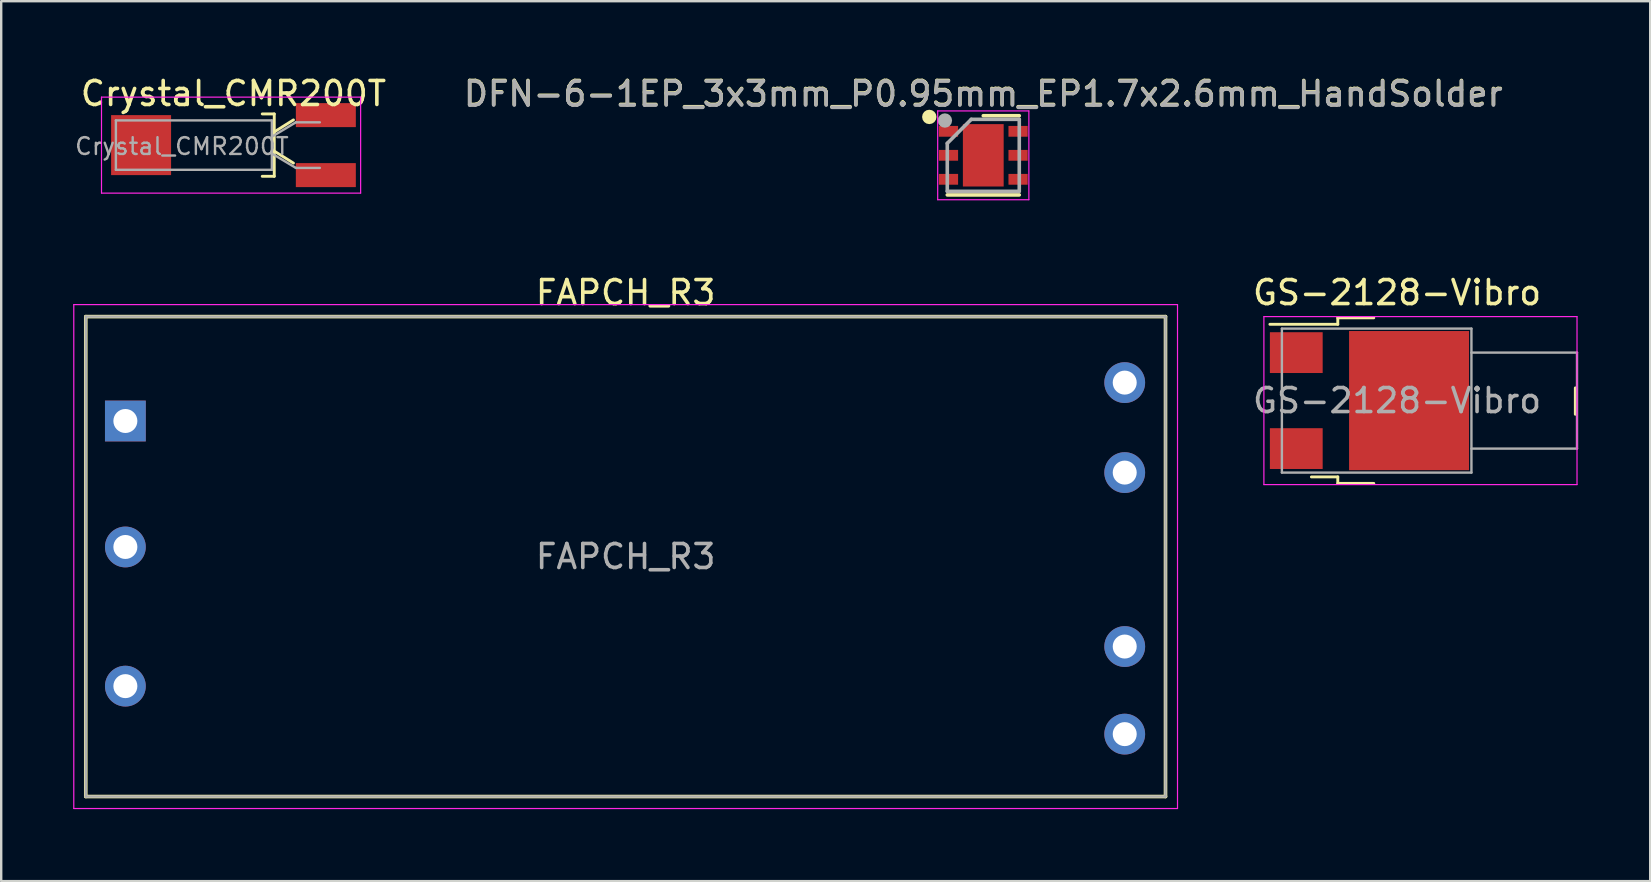
<source format=kicad_pcb>
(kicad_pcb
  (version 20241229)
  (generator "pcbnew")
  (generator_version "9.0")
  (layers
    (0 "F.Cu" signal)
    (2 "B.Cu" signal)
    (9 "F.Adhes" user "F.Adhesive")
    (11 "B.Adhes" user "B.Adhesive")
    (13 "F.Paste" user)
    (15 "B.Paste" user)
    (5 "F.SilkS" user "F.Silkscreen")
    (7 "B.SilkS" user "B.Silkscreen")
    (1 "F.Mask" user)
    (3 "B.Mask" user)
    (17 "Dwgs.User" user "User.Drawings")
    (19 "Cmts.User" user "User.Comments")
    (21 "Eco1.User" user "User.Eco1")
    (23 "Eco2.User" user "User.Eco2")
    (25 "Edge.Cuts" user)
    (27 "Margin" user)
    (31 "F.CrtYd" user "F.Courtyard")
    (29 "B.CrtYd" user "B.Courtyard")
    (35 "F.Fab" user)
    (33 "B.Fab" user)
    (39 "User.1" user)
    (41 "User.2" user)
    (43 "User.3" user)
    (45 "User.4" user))
  (footprint "FAPCH_R3"
    (layer "F.Cu")
    (at 23.025 20.146)
    (property "Reference" "FAPCH_R3" (at 0 -11 0) (layer "F.SilkS") (effects (font (size 1 1) (thickness 0.15))))
    (attr through_hole)
    (fp_line (start -22.5 -10) (end 22.5 -10) (stroke (width 0.15) (type solid)) (layer "F.SilkS"))
    (fp_line (start -22.5 10) (end -22.5 -10) (stroke (width 0.15) (type solid)) (layer "F.SilkS"))
    (fp_line (start -22.5 10) (end 22.5 10) (stroke (width 0.15) (type solid)) (layer "F.SilkS"))
    (fp_line (start 22.5 10) (end 22.5 -10) (stroke (width 0.15) (type solid)) (layer "F.SilkS"))
    (fp_line (start -23 -10.5) (end 23 -10.5) (stroke (width 0.05) (type solid)) (layer "F.CrtYd"))
    (fp_line (start -23 10.5) (end -23 -10.5) (stroke (width 0.05) (type solid)) (layer "F.CrtYd"))
    (fp_line (start 23 -10.5) (end 23 10.5) (stroke (width 0.05) (type solid)) (layer "F.CrtYd"))
    (fp_line (start 23 10.5) (end -23 10.5) (stroke (width 0.05) (type solid)) (layer "F.CrtYd"))
    (fp_line (start -22.5 -10) (end -22.5 10) (stroke (width 0.1) (type solid)) (layer "F.Fab"))
    (fp_line (start -22.5 10) (end 22.5 10) (stroke (width 0.1) (type solid)) (layer "F.Fab"))
    (fp_line (start 22.5 -10) (end -22.5 -10) (stroke (width 0.1) (type solid)) (layer "F.Fab"))
    (fp_line (start 22.5 10) (end 22.5 -10) (stroke (width 0.1) (type solid)) (layer "F.Fab"))
    (fp_text user "${REFERENCE}" (at 0 0 0) (layer "F.Fab") (effects (font (size 1 1) (thickness 0.15))))
    (pad "1" thru_hole rect (at -20.85 -5.65 180) (size 1.7 1.7) (drill 1) (layers "*.Cu" "*.Mask"))
    (pad "2" thru_hole circle (at -20.85 -0.4 180) (size 1.7 1.7) (drill 1) (layers "*.Cu" "*.Mask"))
    (pad "3" thru_hole circle (at -20.85 5.4) (size 1.7 1.7) (drill 1) (layers "*.Cu" "*.Mask"))
    (pad "4" thru_hole circle (at 20.8 7.4) (size 1.7 1.7) (drill 1) (layers "*.Cu" "*.Mask"))
    (pad "5" thru_hole circle (at 20.8 3.75 180) (size 1.7 1.7) (drill 1) (layers "*.Cu" "*.Mask"))
    (pad "6" thru_hole circle (at 20.8 -3.5 180) (size 1.7 1.7) (drill 1) (layers "*.Cu" "*.Mask"))
    (pad "7" thru_hole circle (at 20.8 -7.25) (size 1.7 1.7) (drill 1) (layers "*.Cu" "*.Mask")))
  (footprint "DFN-6-1EP_3x3mm_P0.95mm_EP1.7x2.6mm_HandSolder"
    (layer "F.Cu")
    (at 37.93 3.423)
    (property "Reference" "DFN-6-1EP_3x3mm_P0.95mm_EP1.7x2.6mm_HandSolder" (at 0 -2.575 0) (layer "F.SilkS") (effects (font (size 1 1) (thickness 0.15))))
    (attr smd)
    (fp_line (start -1.5 1.65) (end 1.5 1.65) (stroke (width 0.15) (type solid)) (layer "F.SilkS"))
    (fp_line (start 0 -1.65) (end 1.5 -1.65) (stroke (width 0.15) (type solid)) (layer "F.SilkS"))
    (fp_circle (center -2.25 -1.6) (end -2.1 -1.6) (stroke (width 0.3) (type solid)) (fill no) (layer "F.SilkS"))
    (fp_line (start -1.9 -1.85) (end -1.9 1.85) (stroke (width 0.05) (type solid)) (layer "F.CrtYd"))
    (fp_line (start -1.9 -1.85) (end 1.9 -1.85) (stroke (width 0.05) (type solid)) (layer "F.CrtYd"))
    (fp_line (start -1.9 1.85) (end 1.9 1.85) (stroke (width 0.05) (type solid)) (layer "F.CrtYd"))
    (fp_line (start 1.9 -1.85) (end 1.9 1.85) (stroke (width 0.05) (type solid)) (layer "F.CrtYd"))
    (fp_line (start -1.5 -0.5) (end -0.5 -1.5) (stroke (width 0.15) (type solid)) (layer "F.Fab"))
    (fp_line (start -1.5 1.5) (end -1.5 -0.5) (stroke (width 0.15) (type solid)) (layer "F.Fab"))
    (fp_line (start -0.5 -1.5) (end 1.5 -1.5) (stroke (width 0.15) (type solid)) (layer "F.Fab"))
    (fp_line (start 1.5 -1.5) (end 1.5 1.5) (stroke (width 0.15) (type solid)) (layer "F.Fab"))
    (fp_line (start 1.5 1.5) (end -1.5 1.5) (stroke (width 0.15) (type solid)) (layer "F.Fab"))
    (fp_circle (center -1.6 -1.45) (end -1.45 -1.45) (stroke (width 0.3) (type solid)) (fill no) (layer "F.Fab"))
    (fp_text user "${REFERENCE}" (at 0 -2.55 0) (layer "F.Fab") (effects (font (size 1 1) (thickness 0.15))))
    (pad "" smd rect (at -0.425 -0.866) (size 0.5 0.6) (layers "F.Paste"))
    (pad "" smd rect (at -0.425 0) (size 0.5 0.6) (layers "F.Paste"))
    (pad "" smd rect (at -0.425 0.866) (size 0.5 0.6) (layers "F.Paste"))
    (pad "" smd rect (at 0.425 -0.866) (size 0.5 0.6) (layers "F.Paste"))
    (pad "" smd rect (at 0.425 0) (size 0.5 0.6) (layers "F.Paste"))
    (pad "" smd rect (at 0.425 0.866) (size 0.5 0.6) (layers "F.Paste"))
    (pad "1" smd rect (at -1.45 -1) (size 0.8 0.45) (layers "F.Cu" "F.Mask" "F.Paste"))
    (pad "2" smd rect (at -1.45 0) (size 0.8 0.45) (layers "F.Cu" "F.Mask" "F.Paste"))
    (pad "3" smd rect (at -1.45 1) (size 0.8 0.45) (layers "F.Cu" "F.Mask" "F.Paste"))
    (pad "4" smd rect (at 1.45 1) (size 0.8 0.45) (layers "F.Cu" "F.Mask" "F.Paste"))
    (pad "5" smd rect (at 1.45 0) (size 0.8 0.45) (layers "F.Cu" "F.Mask" "F.Paste"))
    (pad "6" smd rect (at 1.45 -1) (size 0.8 0.45) (layers "F.Cu" "F.Mask" "F.Paste"))
    (pad "7" smd rect (at 0 0) (size 1.7 2.6) (layers "F.Cu" "F.Mask")))
  (footprint "Crystal_CMR200T"
    (layer "F.Cu")
    (at 6.68 2.998)
    (property "Reference" "Crystal_CMR200T" (at 0 -2.15 0) (layer "F.SilkS") (effects (font (size 1 1) (thickness 0.15))))
    (attr through_hole)
    (fp_line (start 1.2 -1.3) (end 1.7 -1.3) (stroke (width 0.12) (type solid)) (layer "F.SilkS"))
    (fp_line (start 1.7 -1.3) (end 1.7 1.3) (stroke (width 0.12) (type solid)) (layer "F.SilkS"))
    (fp_line (start 1.7 -0.55) (end 2.5 -1.05) (stroke (width 0.12) (type solid)) (layer "F.SilkS"))
    (fp_line (start 1.7 0.25) (end 2.5 0.75) (stroke (width 0.12) (type solid)) (layer "F.SilkS"))
    (fp_line (start 1.7 1.3) (end 1.2 1.3) (stroke (width 0.12) (type solid)) (layer "F.SilkS"))
    (fp_line (start -5.5 -2) (end -5.5 2) (stroke (width 0.05) (type solid)) (layer "F.CrtYd"))
    (fp_line (start -5.5 2) (end 5.3 2) (stroke (width 0.05) (type solid)) (layer "F.CrtYd"))
    (fp_line (start 5.3 -2) (end -5.5 -2) (stroke (width 0.05) (type solid)) (layer "F.CrtYd"))
    (fp_line (start 5.3 2) (end 5.3 -2) (stroke (width 0.05) (type solid)) (layer "F.CrtYd"))
    (fp_line (start -4.9 -1.03) (end -4.9 1.03) (stroke (width 0.1) (type solid)) (layer "F.Fab"))
    (fp_line (start -4.9 1.03) (end 1.6 1.03) (stroke (width 0.1) (type solid)) (layer "F.Fab"))
    (fp_line (start 1.6 -1.03) (end -4.9 -1.03) (stroke (width 0.1) (type solid)) (layer "F.Fab"))
    (fp_line (start 1.6 -0.35) (end 2.6 -0.95) (stroke (width 0.1) (type solid)) (layer "F.Fab"))
    (fp_line (start 1.6 0.35) (end 2.6 0.95) (stroke (width 0.1) (type solid)) (layer "F.Fab"))
    (fp_line (start 1.6 1.03) (end 1.6 -1.03) (stroke (width 0.1) (type solid)) (layer "F.Fab"))
    (fp_line (start 2.6 -0.95) (end 3.6 -0.95) (stroke (width 0.1) (type solid)) (layer "F.Fab"))
    (fp_line (start 2.6 0.95) (end 3.6 0.95) (stroke (width 0.1) (type solid)) (layer "F.Fab"))
    (fp_text user "${REFERENCE}" (at -2.15 0.05 0) (layer "F.Fab") (effects (font (size 0.7 0.7) (thickness 0.1))))
    (pad "1" smd rect (at 3.85 -1.25 270) (size 1 2.5) (layers "F.Cu" "F.Mask" "F.Paste"))
    (pad "2" smd rect (at 3.85 1.25 270) (size 1 2.5) (layers "F.Cu" "F.Mask" "F.Paste"))
    (pad "3" smd rect (at -3.85 0 270) (size 2.5 2.5) (layers "F.Cu" "F.Mask" "F.Paste")))
  (footprint "GS-2128-Vibro"
    (layer "F.Cu")
    (at 55.175 13.646)
    (property "Reference" "GS-2128-Vibro" (at 0 -4.5 0) (layer "F.SilkS") (effects (font (size 1 1) (thickness 0.15))))
    (attr smd)
    (fp_line (start -2.47 -3.45) (end -2.47 -3.18) (stroke (width 0.12) (type solid)) (layer "F.SilkS"))
    (fp_line (start -2.47 -3.18) (end -5.3 -3.18) (stroke (width 0.12) (type solid)) (layer "F.SilkS"))
    (fp_line (start -2.47 3.18) (end -3.57 3.18) (stroke (width 0.12) (type solid)) (layer "F.SilkS"))
    (fp_line (start -2.47 3.45) (end -2.47 3.18) (stroke (width 0.12) (type solid)) (layer "F.SilkS"))
    (fp_line (start -0.97 -3.45) (end -2.47 -3.45) (stroke (width 0.12) (type solid)) (layer "F.SilkS"))
    (fp_line (start -0.97 3.45) (end -2.47 3.45) (stroke (width 0.12) (type solid)) (layer "F.SilkS"))
    (fp_line (start 7.43 -0.53) (end 7.43 0.57) (stroke (width 0.12) (type solid)) (layer "F.SilkS"))
    (fp_line (start -5.55 -3.5) (end -5.55 3.5) (stroke (width 0.05) (type solid)) (layer "F.CrtYd"))
    (fp_line (start -5.55 3.5) (end 7.5 3.5) (stroke (width 0.05) (type solid)) (layer "F.CrtYd"))
    (fp_line (start 7.5 -3.5) (end -5.55 -3.5) (stroke (width 0.05) (type solid)) (layer "F.CrtYd"))
    (fp_line (start 7.5 3.5) (end 7.5 -3.5) (stroke (width 0.05) (type solid)) (layer "F.CrtYd"))
    (fp_line (start -4.8 -3) (end 3.1 -3) (stroke (width 0.1) (type solid)) (layer "F.Fab"))
    (fp_line (start -4.8 3) (end -4.8 -3) (stroke (width 0.1) (type solid)) (layer "F.Fab"))
    (fp_line (start 3.1 -3) (end 3.1 3) (stroke (width 0.1) (type solid)) (layer "F.Fab"))
    (fp_line (start 3.1 -2) (end 7.5 -2) (stroke (width 0.1) (type solid)) (layer "F.Fab"))
    (fp_line (start 3.1 3) (end -4.8 3) (stroke (width 0.1) (type solid)) (layer "F.Fab"))
    (fp_line (start 7.5 -2) (end 7.5 2) (stroke (width 0.1) (type solid)) (layer "F.Fab"))
    (fp_line (start 7.5 2) (end 3.1 2) (stroke (width 0.1) (type solid)) (layer "F.Fab"))
    (fp_text user "${REFERENCE}" (at 0 0 0) (layer "F.Fab") (effects (font (size 1 1) (thickness 0.15))))
    (pad "" smd rect (at -0.85 -1.5) (size 2.3 2.75) (layers "F.Paste"))
    (pad "" smd rect (at -0.85 1.5) (size 2.3 2.75) (layers "F.Paste"))
    (pad "" smd rect (at 0.5 0) (size 5 5.8) (layers "F.Cu" "F.Mask"))
    (pad "" smd rect (at 1.85 -1.5) (size 2.3 2.75) (layers "F.Paste"))
    (pad "" smd rect (at 1.85 1.5) (size 2.3 2.75) (layers "F.Paste"))
    (pad "1" smd rect (at -4.2 -2) (size 2.2 1.7) (layers "F.Cu" "F.Mask" "F.Paste"))
    (pad "2" smd rect (at -4.2 2) (size 2.2 1.7) (layers "F.Cu" "F.Mask" "F.Paste")))
  (gr_rect
    (start -3 -3)
    (end 65.725 33.672)
    (stroke (width 0.1) (type default))
    (fill no)
    (layer "Edge.Cuts")))
</source>
